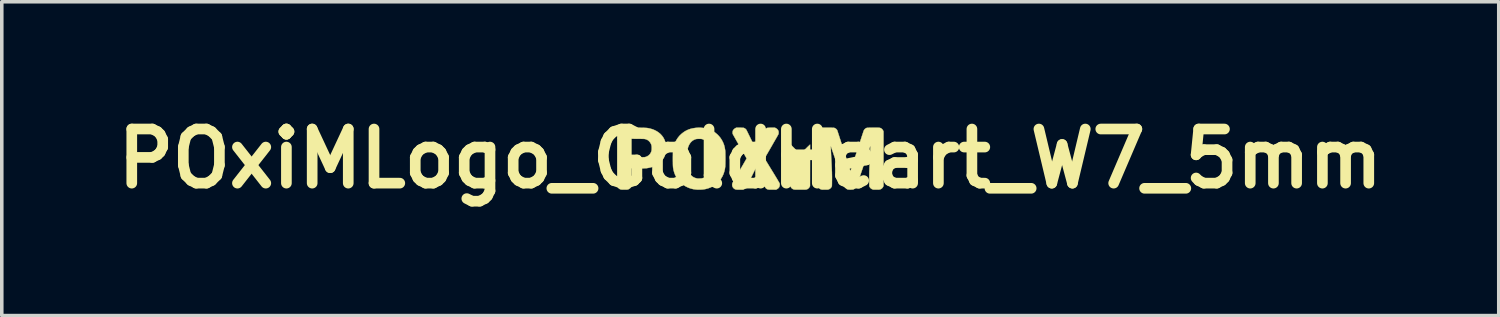
<source format=kicad_pcb>
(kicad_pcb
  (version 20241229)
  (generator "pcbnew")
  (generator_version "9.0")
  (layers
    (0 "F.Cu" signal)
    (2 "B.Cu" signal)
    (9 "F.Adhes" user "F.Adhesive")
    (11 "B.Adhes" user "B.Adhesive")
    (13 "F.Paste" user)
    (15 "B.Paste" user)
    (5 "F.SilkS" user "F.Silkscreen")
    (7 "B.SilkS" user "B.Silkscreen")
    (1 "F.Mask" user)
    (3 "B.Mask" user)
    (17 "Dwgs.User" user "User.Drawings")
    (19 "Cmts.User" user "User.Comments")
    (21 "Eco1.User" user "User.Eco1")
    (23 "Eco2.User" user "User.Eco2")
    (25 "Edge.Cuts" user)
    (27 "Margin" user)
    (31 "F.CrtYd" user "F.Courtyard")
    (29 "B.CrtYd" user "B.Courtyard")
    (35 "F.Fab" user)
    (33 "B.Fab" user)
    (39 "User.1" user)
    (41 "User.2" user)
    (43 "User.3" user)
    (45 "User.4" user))
  (footprint "POxiMLogo_GoldHeart_W7_5mm"
    (layer "F.Cu")
    (at 18.078 1.418)
    (property "Reference" "POxiMLogo_GoldHeart_W7_5mm" (at 0 0 0) (layer "F.SilkS") (effects (font (size 1.524 1.524) (thickness 0.3))))
    (attr through_hole)
    (fp_poly (pts (xy 1.313 -0.862) (xy 1.341 -0.85) (xy 1.354 -0.841) (xy 1.371 -0.824) (xy 1.387 -0.803) (xy 1.399 -0.78) (xy 1.404 -0.766) (xy 1.409 -0.745) (xy 1.412 -0.758) (xy 1.421 -0.784) (xy 1.436 -0.809) (xy 1.455 -0.832) (xy 1.478 -0.85) (xy 1.493 -0.859) (xy 1.511 -0.864) (xy 1.533 -0.867) (xy 1.557 -0.867) (xy 1.58 -0.865) (xy 1.6 -0.861) (xy 1.605 -0.859) (xy 1.624 -0.847) (xy 1.644 -0.83) (xy 1.661 -0.811) (xy 1.674 -0.792) (xy 1.675 -0.789) (xy 1.681 -0.777) (xy 1.684 -0.765) (xy 1.686 -0.752) (xy 1.686 -0.735) (xy 1.685 -0.718) (xy 1.683 -0.702) (xy 1.678 -0.687) (xy 1.67 -0.671) (xy 1.658 -0.652) (xy 1.642 -0.63) (xy 1.639 -0.626) (xy 1.632 -0.617) (xy 1.621 -0.605) (xy 1.606 -0.588) (xy 1.588 -0.57) (xy 1.569 -0.549) (xy 1.548 -0.527) (xy 1.527 -0.505) (xy 1.505 -0.482) (xy 1.484 -0.461) (xy 1.464 -0.441) (xy 1.447 -0.423) (xy 1.432 -0.409) (xy 1.42 -0.397) (xy 1.412 -0.391) (xy 1.409 -0.389) (xy 1.405 -0.391) (xy 1.397 -0.399) (xy 1.385 -0.41) (xy 1.369 -0.425) (xy 1.351 -0.444) (xy 1.33 -0.464) (xy 1.313 -0.481) (xy 1.277 -0.518) (xy 1.245 -0.551) (xy 1.219 -0.58) (xy 1.197 -0.605) (xy 1.178 -0.628) (xy 1.164 -0.648) (xy 1.152 -0.666) (xy 1.144 -0.681) (xy 1.137 -0.697) (xy 1.132 -0.709) (xy 1.13 -0.721) (xy 1.13 -0.734) (xy 1.134 -0.764) (xy 1.144 -0.792) (xy 1.159 -0.816) (xy 1.179 -0.836) (xy 1.202 -0.852) (xy 1.228 -0.863) (xy 1.256 -0.868) (xy 1.285 -0.868) (xy 1.313 -0.862)) (stroke (width 0.01) (type solid)) (fill yes) (layer "F.Mask"))
    (fp_poly (pts (xy 1.266 -0.268) (xy 1.408 -0.126) (xy 1.501 -0.219) (xy 1.526 -0.244) (xy 1.551 -0.268) (xy 1.575 -0.292) (xy 1.597 -0.314) (xy 1.617 -0.334) (xy 1.633 -0.349) (xy 1.639 -0.355) (xy 1.684 -0.397) (xy 1.682 0.772) (xy 1.674 0.79) (xy 1.663 0.808) (xy 1.648 0.826) (xy 1.631 0.843) (xy 1.614 0.854) (xy 1.612 0.855) (xy 1.603 0.859) (xy 1.594 0.863) (xy 1.585 0.866) (xy 1.574 0.868) (xy 1.56 0.869) (xy 1.543 0.871) (xy 1.522 0.872) (xy 1.496 0.872) (xy 1.465 0.872) (xy 1.427 0.872) (xy 1.401 0.872) (xy 1.36 0.872) (xy 1.327 0.872) (xy 1.299 0.872) (xy 1.277 0.871) (xy 1.26 0.87) (xy 1.246 0.869) (xy 1.236 0.868) (xy 1.229 0.867) (xy 1.227 0.866) (xy 1.197 0.855) (xy 1.171 0.837) (xy 1.15 0.814) (xy 1.135 0.786) (xy 1.135 0.785) (xy 1.126 0.764) (xy 1.125 0.177) (xy 1.124 -0.41) (xy 1.266 -0.268)) (stroke (width 0.01) (type solid)) (fill yes) (layer "F.SilkS"))
    (fp_poly (pts (xy -3.408 -0.872) (xy -3.356 -0.872) (xy -3.298 -0.872) (xy -3.283 -0.872) (xy -3.221 -0.871) (xy -3.167 -0.871) (xy -3.12 -0.871) (xy -3.078 -0.87) (xy -3.042 -0.87) (xy -3.01 -0.869) (xy -2.983 -0.868) (xy -2.959 -0.867) (xy -2.938 -0.866) (xy -2.92 -0.865) (xy -2.903 -0.863) (xy -2.888 -0.861) (xy -2.874 -0.859) (xy -2.86 -0.856) (xy -2.846 -0.853) (xy -2.83 -0.849) (xy -2.817 -0.846) (xy -2.751 -0.827) (xy -2.689 -0.801) (xy -2.632 -0.771) (xy -2.579 -0.735) (xy -2.531 -0.695) (xy -2.489 -0.65) (xy -2.453 -0.601) (xy -2.423 -0.547) (xy -2.401 -0.494) (xy -2.392 -0.467) (xy -2.385 -0.442) (xy -2.38 -0.418) (xy -2.376 -0.392) (xy -2.374 -0.364) (xy -2.373 -0.332) (xy -2.372 -0.297) (xy -2.372 -0.268) (xy -2.373 -0.244) (xy -2.373 -0.226) (xy -2.374 -0.21) (xy -2.376 -0.197) (xy -2.378 -0.183) (xy -2.381 -0.173) (xy -2.396 -0.116) (xy -2.415 -0.064) (xy -2.44 -0.016) (xy -2.47 0.028) (xy -2.507 0.072) (xy -2.522 0.088) (xy -2.567 0.129) (xy -2.615 0.164) (xy -2.667 0.194) (xy -2.723 0.219) (xy -2.784 0.24) (xy -2.85 0.256) (xy -2.9 0.265) (xy -2.911 0.267) (xy -2.923 0.268) (xy -2.939 0.269) (xy -2.957 0.27) (xy -2.979 0.271) (xy -3.006 0.272) (xy -3.039 0.272) (xy -3.077 0.273) (xy -3.122 0.273) (xy -3.143 0.273) (xy -3.345 0.275) (xy -3.346 0.525) (xy -3.347 0.775) (xy -3.358 0.796) (xy -3.376 0.823) (xy -3.4 0.844) (xy -3.428 0.86) (xy -3.457 0.869) (xy -3.469 0.87) (xy -3.487 0.871) (xy -3.509 0.872) (xy -3.534 0.872) (xy -3.559 0.872) (xy -3.584 0.872) (xy -3.607 0.871) (xy -3.627 0.87) (xy -3.64 0.868) (xy -3.645 0.867) (xy -3.675 0.856) (xy -3.701 0.839) (xy -3.722 0.816) (xy -3.737 0.792) (xy -3.748 0.768) (xy -3.748 -0.038) (xy -3.346 -0.038) (xy -3.16 -0.039) (xy -3.117 -0.039) (xy -3.082 -0.04) (xy -3.052 -0.04) (xy -3.028 -0.04) (xy -3.009 -0.041) (xy -2.993 -0.041) (xy -2.981 -0.042) (xy -2.972 -0.043) (xy -2.964 -0.044) (xy -2.957 -0.046) (xy -2.95 -0.048) (xy -2.945 -0.049) (xy -2.905 -0.065) (xy -2.869 -0.087) (xy -2.838 -0.114) (xy -2.813 -0.147) (xy -2.794 -0.184) (xy -2.787 -0.203) (xy -2.783 -0.216) (xy -2.78 -0.227) (xy -2.778 -0.239) (xy -2.777 -0.253) (xy -2.776 -0.271) (xy -2.776 -0.293) (xy -2.776 -0.324) (xy -2.778 -0.349) (xy -2.781 -0.37) (xy -2.786 -0.39) (xy -2.794 -0.409) (xy -2.804 -0.431) (xy -2.816 -0.451) (xy -2.831 -0.471) (xy -2.846 -0.488) (xy -2.871 -0.511) (xy -2.897 -0.528) (xy -2.926 -0.541) (xy -2.949 -0.549) (xy -2.956 -0.551) (xy -2.963 -0.553) (xy -2.97 -0.554) (xy -2.978 -0.555) (xy -2.989 -0.556) (xy -3.002 -0.557) (xy -3.019 -0.557) (xy -3.04 -0.558) (xy -3.066 -0.558) (xy -3.098 -0.559) (xy -3.136 -0.559) (xy -3.162 -0.559) (xy -3.346 -0.561) (xy -3.346 -0.038) (xy -3.748 -0.038) (xy -3.748 -0.768) (xy -3.737 -0.792) (xy -3.723 -0.815) (xy -3.704 -0.836) (xy -3.682 -0.852) (xy -3.675 -0.857) (xy -3.669 -0.859) (xy -3.663 -0.862) (xy -3.657 -0.864) (xy -3.649 -0.866) (xy -3.64 -0.867) (xy -3.629 -0.869) (xy -3.616 -0.87) (xy -3.599 -0.871) (xy -3.579 -0.871) (xy -3.555 -0.872) (xy -3.526 -0.872) (xy -3.493 -0.872) (xy -3.453 -0.872) (xy -3.408 -0.872)) (stroke (width 0.01) (type solid)) (fill yes) (layer "F.SilkS"))
    (fp_poly (pts (xy -1.395 -0.871) (xy -1.318 -0.864) (xy -1.244 -0.851) (xy -1.174 -0.831) (xy -1.107 -0.804) (xy -1.044 -0.77) (xy -0.984 -0.73) (xy -0.929 -0.684) (xy -0.885 -0.639) (xy -0.839 -0.583) (xy -0.8 -0.522) (xy -0.767 -0.458) (xy -0.74 -0.39) (xy -0.721 -0.319) (xy -0.708 -0.243) (xy -0.705 -0.219) (xy -0.704 -0.205) (xy -0.703 -0.184) (xy -0.703 -0.157) (xy -0.702 -0.126) (xy -0.702 -0.091) (xy -0.701 -0.054) (xy -0.701 -0.015) (xy -0.701 0.024) (xy -0.701 0.063) (xy -0.702 0.099) (xy -0.702 0.133) (xy -0.703 0.164) (xy -0.704 0.189) (xy -0.704 0.209) (xy -0.705 0.219) (xy -0.716 0.296) (xy -0.734 0.37) (xy -0.758 0.439) (xy -0.788 0.504) (xy -0.825 0.565) (xy -0.869 0.623) (xy -0.919 0.677) (xy -0.948 0.703) (xy -1.002 0.745) (xy -1.06 0.782) (xy -1.123 0.812) (xy -1.19 0.836) (xy -1.26 0.855) (xy -1.333 0.867) (xy -1.41 0.872) (xy -1.489 0.871) (xy -1.532 0.868) (xy -1.606 0.858) (xy -1.678 0.84) (xy -1.746 0.816) (xy -1.811 0.785) (xy -1.872 0.749) (xy -1.929 0.706) (xy -1.981 0.657) (xy -2.028 0.602) (xy -2.035 0.594) (xy -2.075 0.534) (xy -2.11 0.471) (xy -2.137 0.404) (xy -2.158 0.333) (xy -2.172 0.258) (xy -2.174 0.247) (xy -2.175 0.23) (xy -2.177 0.207) (xy -2.178 0.178) (xy -2.179 0.145) (xy -2.179 0.108) (xy -2.18 0.069) (xy -2.18 0.028) (xy -2.18 0.009) (xy -1.779 0.009) (xy -1.779 0.061) (xy -1.778 0.107) (xy -1.777 0.147) (xy -1.775 0.182) (xy -1.773 0.212) (xy -1.769 0.239) (xy -1.765 0.263) (xy -1.763 0.274) (xy -1.747 0.329) (xy -1.727 0.378) (xy -1.703 0.422) (xy -1.674 0.461) (xy -1.641 0.493) (xy -1.604 0.519) (xy -1.564 0.539) (xy -1.535 0.548) (xy -1.52 0.552) (xy -1.507 0.555) (xy -1.496 0.557) (xy -1.485 0.559) (xy -1.471 0.559) (xy -1.454 0.559) (xy -1.43 0.559) (xy -1.429 0.558) (xy -1.406 0.558) (xy -1.388 0.557) (xy -1.374 0.556) (xy -1.362 0.554) (xy -1.35 0.551) (xy -1.336 0.546) (xy -1.333 0.545) (xy -1.29 0.527) (xy -1.252 0.502) (xy -1.217 0.471) (xy -1.187 0.434) (xy -1.161 0.392) (xy -1.139 0.343) (xy -1.122 0.289) (xy -1.122 0.289) (xy -1.119 0.273) (xy -1.115 0.258) (xy -1.113 0.242) (xy -1.111 0.226) (xy -1.109 0.207) (xy -1.107 0.186) (xy -1.106 0.161) (xy -1.106 0.132) (xy -1.105 0.098) (xy -1.105 0.059) (xy -1.105 0.012) (xy -1.105 0) (xy -1.105 -0.048) (xy -1.105 -0.09) (xy -1.106 -0.125) (xy -1.106 -0.155) (xy -1.107 -0.181) (xy -1.108 -0.203) (xy -1.11 -0.222) (xy -1.112 -0.239) (xy -1.115 -0.254) (xy -1.118 -0.269) (xy -1.121 -0.285) (xy -1.122 -0.288) (xy -1.139 -0.342) (xy -1.161 -0.391) (xy -1.187 -0.434) (xy -1.217 -0.471) (xy -1.252 -0.502) (xy -1.291 -0.527) (xy -1.334 -0.545) (xy -1.347 -0.549) (xy -1.36 -0.553) (xy -1.371 -0.555) (xy -1.384 -0.557) (xy -1.399 -0.558) (xy -1.419 -0.558) (xy -1.442 -0.558) (xy -1.473 -0.558) (xy -1.498 -0.556) (xy -1.519 -0.554) (xy -1.538 -0.55) (xy -1.556 -0.543) (xy -1.576 -0.535) (xy -1.583 -0.532) (xy -1.621 -0.51) (xy -1.655 -0.482) (xy -1.686 -0.448) (xy -1.713 -0.408) (xy -1.736 -0.362) (xy -1.751 -0.322) (xy -1.757 -0.303) (xy -1.762 -0.285) (xy -1.766 -0.266) (xy -1.769 -0.247) (xy -1.772 -0.225) (xy -1.774 -0.201) (xy -1.775 -0.172) (xy -1.777 -0.139) (xy -1.778 -0.101) (xy -1.778 -0.055) (xy -1.778 -0.05) (xy -1.779 0.009) (xy -2.18 0.009) (xy -2.18 -0.014) (xy -2.18 -0.056) (xy -2.179 -0.096) (xy -2.179 -0.134) (xy -2.178 -0.168) (xy -2.177 -0.198) (xy -2.176 -0.223) (xy -2.174 -0.242) (xy -2.174 -0.247) (xy -2.16 -0.321) (xy -2.14 -0.393) (xy -2.114 -0.46) (xy -2.081 -0.524) (xy -2.042 -0.584) (xy -1.998 -0.64) (xy -1.947 -0.69) (xy -1.919 -0.714) (xy -1.864 -0.755) (xy -1.807 -0.789) (xy -1.747 -0.817) (xy -1.683 -0.839) (xy -1.616 -0.855) (xy -1.544 -0.866) (xy -1.475 -0.871) (xy -1.395 -0.871)) (stroke (width 0.01) (type solid)) (fill yes) (layer "F.SilkS"))
    (fp_poly (pts (xy 0.717 -0.86) (xy 0.744 -0.844) (xy 0.767 -0.823) (xy 0.784 -0.798) (xy 0.787 -0.792) (xy 0.793 -0.778) (xy 0.796 -0.766) (xy 0.798 -0.752) (xy 0.798 -0.735) (xy 0.798 -0.718) (xy 0.796 -0.705) (xy 0.793 -0.693) (xy 0.787 -0.68) (xy 0.786 -0.678) (xy 0.783 -0.671) (xy 0.776 -0.659) (xy 0.765 -0.64) (xy 0.752 -0.616) (xy 0.736 -0.588) (xy 0.717 -0.556) (xy 0.697 -0.52) (xy 0.674 -0.481) (xy 0.65 -0.439) (xy 0.625 -0.395) (xy 0.599 -0.349) (xy 0.588 -0.33) (xy 0.401 -0.007) (xy 0.611 0.337) (xy 0.645 0.392) (xy 0.676 0.443) (xy 0.705 0.491) (xy 0.731 0.534) (xy 0.755 0.573) (xy 0.775 0.608) (xy 0.792 0.637) (xy 0.806 0.661) (xy 0.817 0.68) (xy 0.824 0.692) (xy 0.827 0.699) (xy 0.827 0.699) (xy 0.829 0.715) (xy 0.83 0.736) (xy 0.83 0.745) (xy 0.824 0.776) (xy 0.812 0.805) (xy 0.793 0.829) (xy 0.768 0.849) (xy 0.751 0.859) (xy 0.726 0.871) (xy 0.629 0.872) (xy 0.593 0.872) (xy 0.563 0.872) (xy 0.539 0.871) (xy 0.52 0.87) (xy 0.504 0.867) (xy 0.49 0.864) (xy 0.479 0.86) (xy 0.468 0.855) (xy 0.462 0.851) (xy 0.457 0.848) (xy 0.451 0.844) (xy 0.446 0.84) (xy 0.44 0.834) (xy 0.435 0.827) (xy 0.428 0.818) (xy 0.421 0.807) (xy 0.413 0.793) (xy 0.403 0.777) (xy 0.392 0.757) (xy 0.38 0.733) (xy 0.365 0.705) (xy 0.349 0.672) (xy 0.33 0.635) (xy 0.309 0.593) (xy 0.286 0.545) (xy 0.259 0.491) (xy 0.229 0.431) (xy 0.216 0.404) (xy 0.151 0.272) (xy 0.017 0.543) (xy -0.008 0.595) (xy -0.031 0.64) (xy -0.05 0.679) (xy -0.067 0.713) (xy -0.082 0.741) (xy -0.095 0.765) (xy -0.106 0.785) (xy -0.115 0.802) (xy -0.124 0.815) (xy -0.131 0.826) (xy -0.138 0.834) (xy -0.144 0.841) (xy -0.151 0.846) (xy -0.157 0.85) (xy -0.164 0.854) (xy -0.172 0.857) (xy -0.175 0.859) (xy -0.2 0.871) (xy -0.293 0.871) (xy -0.32 0.871) (xy -0.346 0.871) (xy -0.368 0.871) (xy -0.386 0.87) (xy -0.399 0.869) (xy -0.403 0.869) (xy -0.432 0.859) (xy -0.458 0.843) (xy -0.48 0.821) (xy -0.497 0.795) (xy -0.498 0.794) (xy -0.506 0.771) (xy -0.51 0.745) (xy -0.51 0.719) (xy -0.505 0.695) (xy -0.504 0.692) (xy -0.501 0.686) (xy -0.495 0.674) (xy -0.485 0.656) (xy -0.472 0.633) (xy -0.456 0.606) (xy -0.438 0.574) (xy -0.418 0.538) (xy -0.395 0.5) (xy -0.371 0.458) (xy -0.346 0.414) (xy -0.319 0.368) (xy -0.301 0.337) (xy -0.274 0.291) (xy -0.248 0.246) (xy -0.223 0.203) (xy -0.2 0.164) (xy -0.179 0.127) (xy -0.16 0.094) (xy -0.143 0.065) (xy -0.129 0.04) (xy -0.118 0.021) (xy -0.11 0.006) (xy -0.105 -0.002) (xy -0.104 -0.004) (xy -0.106 -0.008) (xy -0.111 -0.019) (xy -0.119 -0.035) (xy -0.131 -0.056) (xy -0.146 -0.083) (xy -0.163 -0.114) (xy -0.183 -0.149) (xy -0.205 -0.188) (xy -0.229 -0.23) (xy -0.255 -0.275) (xy -0.282 -0.322) (xy -0.295 -0.344) (xy -0.322 -0.391) (xy -0.348 -0.436) (xy -0.372 -0.479) (xy -0.396 -0.52) (xy -0.417 -0.558) (xy -0.436 -0.592) (xy -0.453 -0.622) (xy -0.468 -0.648) (xy -0.479 -0.669) (xy -0.488 -0.685) (xy -0.493 -0.694) (xy -0.494 -0.697) (xy -0.498 -0.719) (xy -0.498 -0.744) (xy -0.495 -0.769) (xy -0.489 -0.79) (xy -0.476 -0.811) (xy -0.458 -0.831) (xy -0.437 -0.848) (xy -0.418 -0.86) (xy -0.394 -0.871) (xy -0.293 -0.871) (xy -0.262 -0.871) (xy -0.237 -0.87) (xy -0.218 -0.87) (xy -0.203 -0.869) (xy -0.192 -0.868) (xy -0.184 -0.867) (xy -0.178 -0.865) (xy -0.176 -0.864) (xy -0.155 -0.853) (xy -0.135 -0.839) (xy -0.119 -0.824) (xy -0.115 -0.819) (xy -0.112 -0.814) (xy -0.105 -0.802) (xy -0.096 -0.784) (xy -0.085 -0.761) (xy -0.071 -0.733) (xy -0.056 -0.702) (xy -0.039 -0.667) (xy -0.02 -0.629) (xy -0.001 -0.589) (xy 0.019 -0.548) (xy 0.039 -0.507) (xy 0.058 -0.467) (xy 0.075 -0.43) (xy 0.092 -0.397) (xy 0.106 -0.366) (xy 0.119 -0.34) (xy 0.129 -0.319) (xy 0.137 -0.303) (xy 0.142 -0.293) (xy 0.145 -0.289) (xy 0.145 -0.289) (xy 0.147 -0.291) (xy 0.152 -0.301) (xy 0.16 -0.316) (xy 0.17 -0.336) (xy 0.183 -0.361) (xy 0.197 -0.391) (xy 0.214 -0.424) (xy 0.232 -0.46) (xy 0.251 -0.499) (xy 0.271 -0.541) (xy 0.275 -0.547) (xy 0.298 -0.596) (xy 0.319 -0.639) (xy 0.337 -0.675) (xy 0.352 -0.706) (xy 0.365 -0.732) (xy 0.376 -0.754) (xy 0.386 -0.772) (xy 0.393 -0.787) (xy 0.4 -0.798) (xy 0.405 -0.807) (xy 0.41 -0.815) (xy 0.414 -0.82) (xy 0.418 -0.825) (xy 0.422 -0.83) (xy 0.423 -0.831) (xy 0.444 -0.849) (xy 0.466 -0.861) (xy 0.467 -0.862) (xy 0.474 -0.864) (xy 0.481 -0.866) (xy 0.488 -0.868) (xy 0.497 -0.869) (xy 0.509 -0.87) (xy 0.525 -0.87) (xy 0.545 -0.871) (xy 0.572 -0.871) (xy 0.593 -0.871) (xy 0.695 -0.871) (xy 0.717 -0.86)) (stroke (width 0.01) (type solid)) (fill yes) (layer "F.SilkS"))
    (fp_poly (pts (xy 3.566 -0.872) (xy 3.592 -0.872) (xy 3.612 -0.871) (xy 3.629 -0.87) (xy 3.643 -0.868) (xy 3.654 -0.866) (xy 3.664 -0.863) (xy 3.672 -0.86) (xy 3.678 -0.857) (xy 3.7 -0.842) (xy 3.721 -0.822) (xy 3.736 -0.799) (xy 3.74 -0.792) (xy 3.751 -0.768) (xy 3.751 0.768) (xy 3.74 0.792) (xy 3.724 0.819) (xy 3.702 0.841) (xy 3.675 0.858) (xy 3.645 0.868) (xy 3.643 0.868) (xy 3.632 0.87) (xy 3.614 0.871) (xy 3.592 0.872) (xy 3.568 0.872) (xy 3.542 0.872) (xy 3.517 0.872) (xy 3.494 0.872) (xy 3.476 0.871) (xy 3.462 0.869) (xy 3.461 0.869) (xy 3.43 0.859) (xy 3.402 0.843) (xy 3.379 0.821) (xy 3.362 0.796) (xy 3.351 0.775) (xy 3.35 0.583) (xy 3.35 0.55) (xy 3.35 0.521) (xy 3.35 0.493) (xy 3.35 0.467) (xy 3.351 0.442) (xy 3.351 0.417) (xy 3.352 0.391) (xy 3.352 0.364) (xy 3.353 0.335) (xy 3.355 0.303) (xy 3.356 0.268) (xy 3.358 0.229) (xy 3.36 0.185) (xy 3.362 0.135) (xy 3.365 0.079) (xy 3.368 0.019) (xy 3.37 -0.034) (xy 3.373 -0.084) (xy 3.375 -0.132) (xy 3.377 -0.176) (xy 3.379 -0.217) (xy 3.38 -0.254) (xy 3.381 -0.285) (xy 3.382 -0.312) (xy 3.383 -0.333) (xy 3.383 -0.347) (xy 3.383 -0.355) (xy 3.383 -0.356) (xy 3.38 -0.355) (xy 3.376 -0.349) (xy 3.376 -0.348) (xy 3.374 -0.344) (xy 3.37 -0.332) (xy 3.364 -0.314) (xy 3.356 -0.29) (xy 3.346 -0.26) (xy 3.334 -0.225) (xy 3.32 -0.186) (xy 3.305 -0.141) (xy 3.288 -0.093) (xy 3.271 -0.041) (xy 3.252 0.014) (xy 3.232 0.072) (xy 3.211 0.132) (xy 3.19 0.195) (xy 3.179 0.227) (xy 3.152 0.306) (xy 3.127 0.379) (xy 3.105 0.444) (xy 3.084 0.504) (xy 3.066 0.557) (xy 3.05 0.604) (xy 3.035 0.646) (xy 3.022 0.682) (xy 3.011 0.714) (xy 3.002 0.74) (xy 2.994 0.762) (xy 2.987 0.779) (xy 2.982 0.793) (xy 2.978 0.803) (xy 2.975 0.809) (xy 2.974 0.811) (xy 2.955 0.833) (xy 2.931 0.851) (xy 2.905 0.864) (xy 2.897 0.867) (xy 2.886 0.868) (xy 2.873 0.87) (xy 2.856 0.87) (xy 2.833 0.871) (xy 2.82 0.871) (xy 2.796 0.871) (xy 2.778 0.87) (xy 2.764 0.87) (xy 2.754 0.869) (xy 2.746 0.867) (xy 2.739 0.864) (xy 2.73 0.86) (xy 2.729 0.86) (xy 2.711 0.849) (xy 2.692 0.834) (xy 2.676 0.817) (xy 2.664 0.801) (xy 2.663 0.798) (xy 2.661 0.793) (xy 2.657 0.782) (xy 2.65 0.764) (xy 2.642 0.739) (xy 2.632 0.71) (xy 2.62 0.675) (xy 2.606 0.635) (xy 2.591 0.591) (xy 2.574 0.542) (xy 2.556 0.491) (xy 2.538 0.435) (xy 2.518 0.377) (xy 2.497 0.317) (xy 2.476 0.254) (xy 2.465 0.223) (xy 2.444 0.16) (xy 2.423 0.098) (xy 2.403 0.039) (xy 2.384 -0.017) (xy 2.365 -0.07) (xy 2.348 -0.12) (xy 2.333 -0.165) (xy 2.318 -0.207) (xy 2.306 -0.243) (xy 2.295 -0.275) (xy 2.286 -0.301) (xy 2.279 -0.322) (xy 2.274 -0.336) (xy 2.271 -0.343) (xy 2.27 -0.345) (xy 2.266 -0.347) (xy 2.265 -0.346) (xy 2.265 -0.342) (xy 2.266 -0.331) (xy 2.266 -0.314) (xy 2.267 -0.29) (xy 2.269 -0.26) (xy 2.27 -0.226) (xy 2.272 -0.187) (xy 2.274 -0.144) (xy 2.276 -0.098) (xy 2.278 -0.048) (xy 2.281 0.004) (xy 2.283 0.042) (xy 2.286 0.106) (xy 2.289 0.163) (xy 2.291 0.214) (xy 2.293 0.259) (xy 2.295 0.299) (xy 2.296 0.335) (xy 2.298 0.367) (xy 2.299 0.397) (xy 2.299 0.423) (xy 2.3 0.449) (xy 2.3 0.473) (xy 2.301 0.496) (xy 2.301 0.52) (xy 2.301 0.545) (xy 2.301 0.572) (xy 2.301 0.6) (xy 2.3 0.641) (xy 2.3 0.675) (xy 2.3 0.702) (xy 2.299 0.724) (xy 2.299 0.742) (xy 2.298 0.755) (xy 2.298 0.765) (xy 2.297 0.773) (xy 2.295 0.779) (xy 2.294 0.784) (xy 2.292 0.788) (xy 2.291 0.79) (xy 2.28 0.808) (xy 2.265 0.826) (xy 2.248 0.843) (xy 2.231 0.854) (xy 2.229 0.855) (xy 2.215 0.861) (xy 2.198 0.867) (xy 2.192 0.868) (xy 2.181 0.87) (xy 2.164 0.871) (xy 2.143 0.872) (xy 2.119 0.872) (xy 2.093 0.872) (xy 2.068 0.872) (xy 2.045 0.871) (xy 2.026 0.871) (xy 2.011 0.869) (xy 2.006 0.869) (xy 1.979 0.86) (xy 1.953 0.844) (xy 1.931 0.824) (xy 1.913 0.8) (xy 1.909 0.793) (xy 1.899 0.772) (xy 1.899 -0.772) (xy 1.909 -0.793) (xy 1.925 -0.818) (xy 1.948 -0.84) (xy 1.975 -0.857) (xy 1.978 -0.859) (xy 2.002 -0.871) (xy 2.18 -0.871) (xy 2.221 -0.871) (xy 2.255 -0.871) (xy 2.284 -0.871) (xy 2.306 -0.87) (xy 2.324 -0.87) (xy 2.339 -0.869) (xy 2.349 -0.869) (xy 2.358 -0.868) (xy 2.364 -0.867) (xy 2.37 -0.865) (xy 2.375 -0.863) (xy 2.378 -0.862) (xy 2.401 -0.85) (xy 2.422 -0.833) (xy 2.44 -0.813) (xy 2.448 -0.799) (xy 2.45 -0.794) (xy 2.454 -0.782) (xy 2.46 -0.764) (xy 2.468 -0.74) (xy 2.477 -0.711) (xy 2.488 -0.677) (xy 2.501 -0.639) (xy 2.514 -0.597) (xy 2.529 -0.551) (xy 2.545 -0.503) (xy 2.561 -0.452) (xy 2.578 -0.399) (xy 2.596 -0.345) (xy 2.614 -0.29) (xy 2.632 -0.234) (xy 2.649 -0.178) (xy 2.667 -0.123) (xy 2.685 -0.068) (xy 2.702 -0.015) (xy 2.718 0.037) (xy 2.734 0.086) (xy 2.749 0.132) (xy 2.763 0.175) (xy 2.775 0.214) (xy 2.786 0.249) (xy 2.796 0.279) (xy 2.804 0.305) (xy 2.81 0.324) (xy 2.814 0.337) (xy 2.816 0.344) (xy 2.816 0.345) (xy 2.819 0.347) (xy 2.821 0.347) (xy 2.822 0.343) (xy 2.827 0.332) (xy 2.833 0.315) (xy 2.841 0.291) (xy 2.852 0.26) (xy 2.864 0.223) (xy 2.878 0.18) (xy 2.894 0.131) (xy 2.912 0.076) (xy 2.932 0.016) (xy 2.953 -0.05) (xy 2.976 -0.121) (xy 3.001 -0.197) (xy 3.006 -0.212) (xy 3.027 -0.276) (xy 3.047 -0.338) (xy 3.066 -0.397) (xy 3.085 -0.454) (xy 3.102 -0.509) (xy 3.119 -0.559) (xy 3.134 -0.606) (xy 3.148 -0.649) (xy 3.161 -0.687) (xy 3.172 -0.72) (xy 3.181 -0.748) (xy 3.188 -0.769) (xy 3.194 -0.785) (xy 3.197 -0.794) (xy 3.198 -0.795) (xy 3.213 -0.82) (xy 3.234 -0.841) (xy 3.259 -0.858) (xy 3.269 -0.862) (xy 3.274 -0.864) (xy 3.279 -0.866) (xy 3.285 -0.867) (xy 3.293 -0.868) (xy 3.302 -0.869) (xy 3.315 -0.87) (xy 3.331 -0.87) (xy 3.352 -0.871) (xy 3.378 -0.871) (xy 3.41 -0.872) (xy 3.449 -0.872) (xy 3.454 -0.872) (xy 3.498 -0.872) (xy 3.535 -0.872) (xy 3.566 -0.872)) (stroke (width 0.01) (type solid)) (fill yes) (layer "F.SilkS")))
  (gr_rect
    (start -3 -3)
    (end 39.155 5.836)
    (stroke (width 0.1) (type default))
    (fill no)
    (layer "Edge.Cuts")))
</source>
